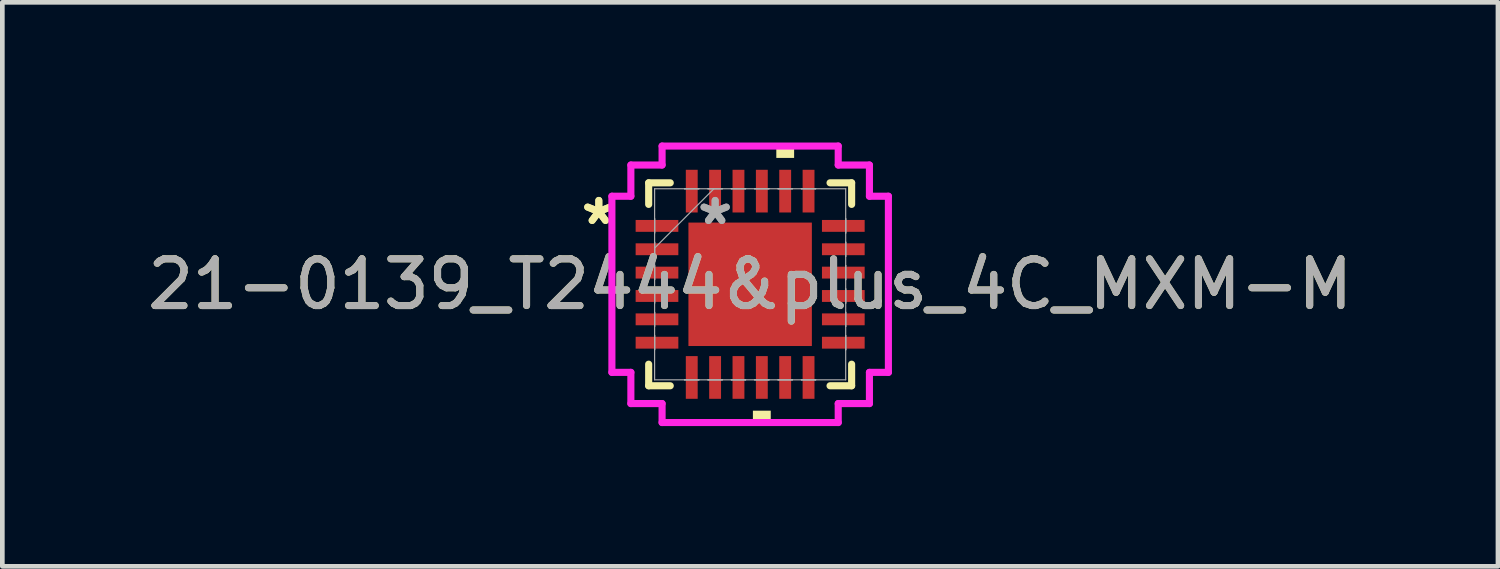
<source format=kicad_pcb>
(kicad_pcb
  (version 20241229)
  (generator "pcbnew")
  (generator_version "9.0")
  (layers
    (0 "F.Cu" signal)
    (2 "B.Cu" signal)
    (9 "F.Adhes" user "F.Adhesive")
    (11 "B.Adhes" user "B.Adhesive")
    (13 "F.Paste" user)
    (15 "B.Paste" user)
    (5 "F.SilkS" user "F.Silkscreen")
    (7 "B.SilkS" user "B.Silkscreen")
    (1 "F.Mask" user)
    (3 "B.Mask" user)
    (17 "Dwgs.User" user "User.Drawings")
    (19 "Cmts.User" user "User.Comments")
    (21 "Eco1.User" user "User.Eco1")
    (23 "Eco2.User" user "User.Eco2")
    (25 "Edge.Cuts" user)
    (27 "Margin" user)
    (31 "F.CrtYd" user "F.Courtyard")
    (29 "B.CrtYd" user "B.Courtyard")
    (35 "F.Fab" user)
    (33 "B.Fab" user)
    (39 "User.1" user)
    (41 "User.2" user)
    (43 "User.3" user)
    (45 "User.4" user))
  (footprint "21-0139_T2444&plus_4C_MXM-M"
    (layer "F.Cu")
    (at 13.006 3.035)
    (property "Reference" "21-0139_T2444&plus_4C_MXM-M" (at 0 0 0) (unlocked yes) (layer "F.SilkS") (effects (font (size 1 1) (thickness 0.15))))
    (attr smd)
    (fp_line (start -2.172 -2.172) (end -2.172 -1.71) (stroke (width 0.152) (type solid)) (layer "F.SilkS"))
    (fp_line (start -2.172 1.71) (end -2.172 2.172) (stroke (width 0.152) (type solid)) (layer "F.SilkS"))
    (fp_line (start -2.172 2.172) (end -1.71 2.172) (stroke (width 0.152) (type solid)) (layer "F.SilkS"))
    (fp_line (start -1.71 -2.172) (end -2.172 -2.172) (stroke (width 0.152) (type solid)) (layer "F.SilkS"))
    (fp_line (start 1.71 2.172) (end 2.172 2.172) (stroke (width 0.152) (type solid)) (layer "F.SilkS"))
    (fp_line (start 2.172 -2.172) (end 1.71 -2.172) (stroke (width 0.152) (type solid)) (layer "F.SilkS"))
    (fp_line (start 2.172 -1.71) (end 2.172 -2.172) (stroke (width 0.152) (type solid)) (layer "F.SilkS"))
    (fp_line (start 2.172 2.172) (end 2.172 1.71) (stroke (width 0.152) (type solid)) (layer "F.SilkS"))
    (fp_poly (pts (xy 0.059 2.705) (xy 0.059 2.959) (xy 0.441 2.959) (xy 0.441 2.705)) (stroke (width 0) (type solid)) (fill yes) (layer "F.SilkS"))
    (fp_poly (pts (xy 0.56 -2.705) (xy 0.56 -2.959) (xy 0.941 -2.959) (xy 0.941 -2.705)) (stroke (width 0) (type solid)) (fill yes) (layer "F.SilkS"))
    (fp_line (start -2.959 -1.885) (end -2.553 -1.885) (stroke (width 0.152) (type solid)) (layer "F.CrtYd"))
    (fp_line (start -2.959 1.885) (end -2.959 -1.885) (stroke (width 0.152) (type solid)) (layer "F.CrtYd"))
    (fp_line (start -2.553 -2.553) (end -1.885 -2.553) (stroke (width 0.152) (type solid)) (layer "F.CrtYd"))
    (fp_line (start -2.553 -1.885) (end -2.553 -2.553) (stroke (width 0.152) (type solid)) (layer "F.CrtYd"))
    (fp_line (start -2.553 1.885) (end -2.959 1.885) (stroke (width 0.152) (type solid)) (layer "F.CrtYd"))
    (fp_line (start -2.553 2.553) (end -2.553 1.885) (stroke (width 0.152) (type solid)) (layer "F.CrtYd"))
    (fp_line (start -1.885 -2.959) (end 1.885 -2.959) (stroke (width 0.152) (type solid)) (layer "F.CrtYd"))
    (fp_line (start -1.885 -2.553) (end -1.885 -2.959) (stroke (width 0.152) (type solid)) (layer "F.CrtYd"))
    (fp_line (start -1.885 2.553) (end -2.553 2.553) (stroke (width 0.152) (type solid)) (layer "F.CrtYd"))
    (fp_line (start -1.885 2.959) (end -1.885 2.553) (stroke (width 0.152) (type solid)) (layer "F.CrtYd"))
    (fp_line (start 1.885 -2.959) (end 1.885 -2.553) (stroke (width 0.152) (type solid)) (layer "F.CrtYd"))
    (fp_line (start 1.885 -2.553) (end 2.553 -2.553) (stroke (width 0.152) (type solid)) (layer "F.CrtYd"))
    (fp_line (start 1.885 2.553) (end 1.885 2.959) (stroke (width 0.152) (type solid)) (layer "F.CrtYd"))
    (fp_line (start 1.885 2.959) (end -1.885 2.959) (stroke (width 0.152) (type solid)) (layer "F.CrtYd"))
    (fp_line (start 2.553 -2.553) (end 2.553 -1.885) (stroke (width 0.152) (type solid)) (layer "F.CrtYd"))
    (fp_line (start 2.553 -1.885) (end 2.959 -1.885) (stroke (width 0.152) (type solid)) (layer "F.CrtYd"))
    (fp_line (start 2.553 1.885) (end 2.553 2.553) (stroke (width 0.152) (type solid)) (layer "F.CrtYd"))
    (fp_line (start 2.553 2.553) (end 1.885 2.553) (stroke (width 0.152) (type solid)) (layer "F.CrtYd"))
    (fp_line (start 2.959 -1.885) (end 2.959 1.885) (stroke (width 0.152) (type solid)) (layer "F.CrtYd"))
    (fp_line (start 2.959 1.885) (end 2.553 1.885) (stroke (width 0.152) (type solid)) (layer "F.CrtYd"))
    (fp_line (start -2.045 -2.045) (end -2.045 2.045) (stroke (width 0.025) (type solid)) (layer "F.Fab"))
    (fp_line (start -2.045 -1.402) (end -2.045 -1.402) (stroke (width 0.025) (type solid)) (layer "F.Fab"))
    (fp_line (start -2.045 -1.402) (end -2.045 -1.098) (stroke (width 0.025) (type solid)) (layer "F.Fab"))
    (fp_line (start -2.045 -1.098) (end -2.045 -1.402) (stroke (width 0.025) (type solid)) (layer "F.Fab"))
    (fp_line (start -2.045 -1.098) (end -2.045 -1.098) (stroke (width 0.025) (type solid)) (layer "F.Fab"))
    (fp_line (start -2.045 -0.902) (end -2.045 -0.902) (stroke (width 0.025) (type solid)) (layer "F.Fab"))
    (fp_line (start -2.045 -0.902) (end -2.045 -0.598) (stroke (width 0.025) (type solid)) (layer "F.Fab"))
    (fp_line (start -2.045 -0.775) (end -0.775 -2.045) (stroke (width 0.025) (type solid)) (layer "F.Fab"))
    (fp_line (start -2.045 -0.598) (end -2.045 -0.902) (stroke (width 0.025) (type solid)) (layer "F.Fab"))
    (fp_line (start -2.045 -0.598) (end -2.045 -0.598) (stroke (width 0.025) (type solid)) (layer "F.Fab"))
    (fp_line (start -2.045 -0.402) (end -2.045 -0.402) (stroke (width 0.025) (type solid)) (layer "F.Fab"))
    (fp_line (start -2.045 -0.402) (end -2.045 -0.098) (stroke (width 0.025) (type solid)) (layer "F.Fab"))
    (fp_line (start -2.045 -0.098) (end -2.045 -0.402) (stroke (width 0.025) (type solid)) (layer "F.Fab"))
    (fp_line (start -2.045 -0.098) (end -2.045 -0.098) (stroke (width 0.025) (type solid)) (layer "F.Fab"))
    (fp_line (start -2.045 0.098) (end -2.045 0.098) (stroke (width 0.025) (type solid)) (layer "F.Fab"))
    (fp_line (start -2.045 0.098) (end -2.045 0.402) (stroke (width 0.025) (type solid)) (layer "F.Fab"))
    (fp_line (start -2.045 0.402) (end -2.045 0.098) (stroke (width 0.025) (type solid)) (layer "F.Fab"))
    (fp_line (start -2.045 0.402) (end -2.045 0.402) (stroke (width 0.025) (type solid)) (layer "F.Fab"))
    (fp_line (start -2.045 0.598) (end -2.045 0.598) (stroke (width 0.025) (type solid)) (layer "F.Fab"))
    (fp_line (start -2.045 0.598) (end -2.045 0.902) (stroke (width 0.025) (type solid)) (layer "F.Fab"))
    (fp_line (start -2.045 0.902) (end -2.045 0.598) (stroke (width 0.025) (type solid)) (layer "F.Fab"))
    (fp_line (start -2.045 0.902) (end -2.045 0.902) (stroke (width 0.025) (type solid)) (layer "F.Fab"))
    (fp_line (start -2.045 1.098) (end -2.045 1.098) (stroke (width 0.025) (type solid)) (layer "F.Fab"))
    (fp_line (start -2.045 1.098) (end -2.045 1.402) (stroke (width 0.025) (type solid)) (layer "F.Fab"))
    (fp_line (start -2.045 1.402) (end -2.045 1.098) (stroke (width 0.025) (type solid)) (layer "F.Fab"))
    (fp_line (start -2.045 1.402) (end -2.045 1.402) (stroke (width 0.025) (type solid)) (layer "F.Fab"))
    (fp_line (start -2.045 2.045) (end 2.045 2.045) (stroke (width 0.025) (type solid)) (layer "F.Fab"))
    (fp_line (start -1.402 -2.045) (end -1.402 -2.045) (stroke (width 0.025) (type solid)) (layer "F.Fab"))
    (fp_line (start -1.402 -2.045) (end -1.098 -2.045) (stroke (width 0.025) (type solid)) (layer "F.Fab"))
    (fp_line (start -1.402 2.045) (end -1.402 2.045) (stroke (width 0.025) (type solid)) (layer "F.Fab"))
    (fp_line (start -1.402 2.045) (end -1.098 2.045) (stroke (width 0.025) (type solid)) (layer "F.Fab"))
    (fp_line (start -1.098 -2.045) (end -1.402 -2.045) (stroke (width 0.025) (type solid)) (layer "F.Fab"))
    (fp_line (start -1.098 -2.045) (end -1.098 -2.045) (stroke (width 0.025) (type solid)) (layer "F.Fab"))
    (fp_line (start -1.098 2.045) (end -1.402 2.045) (stroke (width 0.025) (type solid)) (layer "F.Fab"))
    (fp_line (start -1.098 2.045) (end -1.098 2.045) (stroke (width 0.025) (type solid)) (layer "F.Fab"))
    (fp_line (start -0.902 -2.045) (end -0.902 -2.045) (stroke (width 0.025) (type solid)) (layer "F.Fab"))
    (fp_line (start -0.902 -2.045) (end -0.598 -2.045) (stroke (width 0.025) (type solid)) (layer "F.Fab"))
    (fp_line (start -0.902 2.045) (end -0.902 2.045) (stroke (width 0.025) (type solid)) (layer "F.Fab"))
    (fp_line (start -0.902 2.045) (end -0.598 2.045) (stroke (width 0.025) (type solid)) (layer "F.Fab"))
    (fp_line (start -0.598 -2.045) (end -0.902 -2.045) (stroke (width 0.025) (type solid)) (layer "F.Fab"))
    (fp_line (start -0.598 -2.045) (end -0.598 -2.045) (stroke (width 0.025) (type solid)) (layer "F.Fab"))
    (fp_line (start -0.598 2.045) (end -0.902 2.045) (stroke (width 0.025) (type solid)) (layer "F.Fab"))
    (fp_line (start -0.598 2.045) (end -0.598 2.045) (stroke (width 0.025) (type solid)) (layer "F.Fab"))
    (fp_line (start -0.402 -2.045) (end -0.402 -2.045) (stroke (width 0.025) (type solid)) (layer "F.Fab"))
    (fp_line (start -0.402 -2.045) (end -0.098 -2.045) (stroke (width 0.025) (type solid)) (layer "F.Fab"))
    (fp_line (start -0.402 2.045) (end -0.402 2.045) (stroke (width 0.025) (type solid)) (layer "F.Fab"))
    (fp_line (start -0.402 2.045) (end -0.098 2.045) (stroke (width 0.025) (type solid)) (layer "F.Fab"))
    (fp_line (start -0.098 -2.045) (end -0.402 -2.045) (stroke (width 0.025) (type solid)) (layer "F.Fab"))
    (fp_line (start -0.098 -2.045) (end -0.098 -2.045) (stroke (width 0.025) (type solid)) (layer "F.Fab"))
    (fp_line (start -0.098 2.045) (end -0.402 2.045) (stroke (width 0.025) (type solid)) (layer "F.Fab"))
    (fp_line (start -0.098 2.045) (end -0.098 2.045) (stroke (width 0.025) (type solid)) (layer "F.Fab"))
    (fp_line (start 0.098 -2.045) (end 0.098 -2.045) (stroke (width 0.025) (type solid)) (layer "F.Fab"))
    (fp_line (start 0.098 -2.045) (end 0.402 -2.045) (stroke (width 0.025) (type solid)) (layer "F.Fab"))
    (fp_line (start 0.098 2.045) (end 0.098 2.045) (stroke (width 0.025) (type solid)) (layer "F.Fab"))
    (fp_line (start 0.098 2.045) (end 0.402 2.045) (stroke (width 0.025) (type solid)) (layer "F.Fab"))
    (fp_line (start 0.402 -2.045) (end 0.098 -2.045) (stroke (width 0.025) (type solid)) (layer "F.Fab"))
    (fp_line (start 0.402 -2.045) (end 0.402 -2.045) (stroke (width 0.025) (type solid)) (layer "F.Fab"))
    (fp_line (start 0.402 2.045) (end 0.098 2.045) (stroke (width 0.025) (type solid)) (layer "F.Fab"))
    (fp_line (start 0.402 2.045) (end 0.402 2.045) (stroke (width 0.025) (type solid)) (layer "F.Fab"))
    (fp_line (start 0.598 -2.045) (end 0.598 -2.045) (stroke (width 0.025) (type solid)) (layer "F.Fab"))
    (fp_line (start 0.598 -2.045) (end 0.902 -2.045) (stroke (width 0.025) (type solid)) (layer "F.Fab"))
    (fp_line (start 0.598 2.045) (end 0.598 2.045) (stroke (width 0.025) (type solid)) (layer "F.Fab"))
    (fp_line (start 0.598 2.045) (end 0.902 2.045) (stroke (width 0.025) (type solid)) (layer "F.Fab"))
    (fp_line (start 0.902 -2.045) (end 0.598 -2.045) (stroke (width 0.025) (type solid)) (layer "F.Fab"))
    (fp_line (start 0.902 -2.045) (end 0.902 -2.045) (stroke (width 0.025) (type solid)) (layer "F.Fab"))
    (fp_line (start 0.902 2.045) (end 0.598 2.045) (stroke (width 0.025) (type solid)) (layer "F.Fab"))
    (fp_line (start 0.902 2.045) (end 0.902 2.045) (stroke (width 0.025) (type solid)) (layer "F.Fab"))
    (fp_line (start 1.098 -2.045) (end 1.098 -2.045) (stroke (width 0.025) (type solid)) (layer "F.Fab"))
    (fp_line (start 1.098 -2.045) (end 1.402 -2.045) (stroke (width 0.025) (type solid)) (layer "F.Fab"))
    (fp_line (start 1.098 2.045) (end 1.098 2.045) (stroke (width 0.025) (type solid)) (layer "F.Fab"))
    (fp_line (start 1.098 2.045) (end 1.402 2.045) (stroke (width 0.025) (type solid)) (layer "F.Fab"))
    (fp_line (start 1.402 -2.045) (end 1.098 -2.045) (stroke (width 0.025) (type solid)) (layer "F.Fab"))
    (fp_line (start 1.402 -2.045) (end 1.402 -2.045) (stroke (width 0.025) (type solid)) (layer "F.Fab"))
    (fp_line (start 1.402 2.045) (end 1.098 2.045) (stroke (width 0.025) (type solid)) (layer "F.Fab"))
    (fp_line (start 1.402 2.045) (end 1.402 2.045) (stroke (width 0.025) (type solid)) (layer "F.Fab"))
    (fp_line (start 2.045 -2.045) (end -2.045 -2.045) (stroke (width 0.025) (type solid)) (layer "F.Fab"))
    (fp_line (start 2.045 -1.402) (end 2.045 -1.402) (stroke (width 0.025) (type solid)) (layer "F.Fab"))
    (fp_line (start 2.045 -1.402) (end 2.045 -1.098) (stroke (width 0.025) (type solid)) (layer "F.Fab"))
    (fp_line (start 2.045 -1.098) (end 2.045 -1.402) (stroke (width 0.025) (type solid)) (layer "F.Fab"))
    (fp_line (start 2.045 -1.098) (end 2.045 -1.098) (stroke (width 0.025) (type solid)) (layer "F.Fab"))
    (fp_line (start 2.045 -0.902) (end 2.045 -0.902) (stroke (width 0.025) (type solid)) (layer "F.Fab"))
    (fp_line (start 2.045 -0.902) (end 2.045 -0.598) (stroke (width 0.025) (type solid)) (layer "F.Fab"))
    (fp_line (start 2.045 -0.598) (end 2.045 -0.902) (stroke (width 0.025) (type solid)) (layer "F.Fab"))
    (fp_line (start 2.045 -0.598) (end 2.045 -0.598) (stroke (width 0.025) (type solid)) (layer "F.Fab"))
    (fp_line (start 2.045 -0.402) (end 2.045 -0.402) (stroke (width 0.025) (type solid)) (layer "F.Fab"))
    (fp_line (start 2.045 -0.402) (end 2.045 -0.098) (stroke (width 0.025) (type solid)) (layer "F.Fab"))
    (fp_line (start 2.045 -0.098) (end 2.045 -0.402) (stroke (width 0.025) (type solid)) (layer "F.Fab"))
    (fp_line (start 2.045 -0.098) (end 2.045 -0.098) (stroke (width 0.025) (type solid)) (layer "F.Fab"))
    (fp_line (start 2.045 0.098) (end 2.045 0.098) (stroke (width 0.025) (type solid)) (layer "F.Fab"))
    (fp_line (start 2.045 0.098) (end 2.045 0.402) (stroke (width 0.025) (type solid)) (layer "F.Fab"))
    (fp_line (start 2.045 0.402) (end 2.045 0.098) (stroke (width 0.025) (type solid)) (layer "F.Fab"))
    (fp_line (start 2.045 0.402) (end 2.045 0.402) (stroke (width 0.025) (type solid)) (layer "F.Fab"))
    (fp_line (start 2.045 0.598) (end 2.045 0.598) (stroke (width 0.025) (type solid)) (layer "F.Fab"))
    (fp_line (start 2.045 0.598) (end 2.045 0.902) (stroke (width 0.025) (type solid)) (layer "F.Fab"))
    (fp_line (start 2.045 0.902) (end 2.045 0.598) (stroke (width 0.025) (type solid)) (layer "F.Fab"))
    (fp_line (start 2.045 0.902) (end 2.045 0.902) (stroke (width 0.025) (type solid)) (layer "F.Fab"))
    (fp_line (start 2.045 1.098) (end 2.045 1.098) (stroke (width 0.025) (type solid)) (layer "F.Fab"))
    (fp_line (start 2.045 1.098) (end 2.045 1.402) (stroke (width 0.025) (type solid)) (layer "F.Fab"))
    (fp_line (start 2.045 1.402) (end 2.045 1.098) (stroke (width 0.025) (type solid)) (layer "F.Fab"))
    (fp_line (start 2.045 1.402) (end 2.045 1.402) (stroke (width 0.025) (type solid)) (layer "F.Fab"))
    (fp_line (start 2.045 2.045) (end 2.045 -2.045) (stroke (width 0.025) (type solid)) (layer "F.Fab"))
    (fp_text user "*" (at -3.239 -1.25 0) (unlocked yes) (layer "F.SilkS") (effects (font (size 1 1) (thickness 0.15))))
    (fp_text user "*" (at -3.239 -1.25 0) (layer "F.SilkS") (effects (font (size 1 1) (thickness 0.15))))
    (fp_text user "*" (at -0.749 -1.25 0) (layer "F.Fab") (effects (font (size 1 1) (thickness 0.15))))
    (fp_text user "*" (at -0.749 -1.25 0) (unlocked yes) (layer "F.Fab") (effects (font (size 1 1) (thickness 0.15))))
    (fp_text user "${REFERENCE}" (at 0 0 0) (unlocked yes) (layer "F.Fab") (effects (font (size 1 1) (thickness 0.15))))
    (pad "1" smd rect (at -1.994 -1.25 90) (size 0.254 0.914) (layers "F.Cu" "F.Mask" "F.Paste"))
    (pad "2" smd rect (at -1.994 -0.75 90) (size 0.254 0.914) (layers "F.Cu" "F.Mask" "F.Paste"))
    (pad "3" smd rect (at -1.994 -0.25 90) (size 0.254 0.914) (layers "F.Cu" "F.Mask" "F.Paste"))
    (pad "4" smd rect (at -1.994 0.25 90) (size 0.254 0.914) (layers "F.Cu" "F.Mask" "F.Paste"))
    (pad "5" smd rect (at -1.994 0.75 90) (size 0.254 0.914) (layers "F.Cu" "F.Mask" "F.Paste"))
    (pad "6" smd rect (at -1.994 1.25 90) (size 0.254 0.914) (layers "F.Cu" "F.Mask" "F.Paste"))
    (pad "7" smd rect (at -1.25 1.994) (size 0.254 0.914) (layers "F.Cu" "F.Mask" "F.Paste"))
    (pad "8" smd rect (at -0.75 1.994) (size 0.254 0.914) (layers "F.Cu" "F.Mask" "F.Paste"))
    (pad "9" smd rect (at -0.25 1.994) (size 0.254 0.914) (layers "F.Cu" "F.Mask" "F.Paste"))
    (pad "10" smd rect (at 0.25 1.994) (size 0.254 0.914) (layers "F.Cu" "F.Mask" "F.Paste"))
    (pad "11" smd rect (at 0.75 1.994) (size 0.254 0.914) (layers "F.Cu" "F.Mask" "F.Paste"))
    (pad "12" smd rect (at 1.25 1.994) (size 0.254 0.914) (layers "F.Cu" "F.Mask" "F.Paste"))
    (pad "13" smd rect (at 1.994 1.25 90) (size 0.254 0.914) (layers "F.Cu" "F.Mask" "F.Paste"))
    (pad "14" smd rect (at 1.994 0.75 90) (size 0.254 0.914) (layers "F.Cu" "F.Mask" "F.Paste"))
    (pad "15" smd rect (at 1.994 0.25 90) (size 0.254 0.914) (layers "F.Cu" "F.Mask" "F.Paste"))
    (pad "16" smd rect (at 1.994 -0.25 90) (size 0.254 0.914) (layers "F.Cu" "F.Mask" "F.Paste"))
    (pad "17" smd rect (at 1.994 -0.75 90) (size 0.254 0.914) (layers "F.Cu" "F.Mask" "F.Paste"))
    (pad "18" smd rect (at 1.994 -1.25 90) (size 0.254 0.914) (layers "F.Cu" "F.Mask" "F.Paste"))
    (pad "19" smd rect (at 1.25 -1.994) (size 0.254 0.914) (layers "F.Cu" "F.Mask" "F.Paste"))
    (pad "20" smd rect (at 0.75 -1.994) (size 0.254 0.914) (layers "F.Cu" "F.Mask" "F.Paste"))
    (pad "21" smd rect (at 0.25 -1.994) (size 0.254 0.914) (layers "F.Cu" "F.Mask" "F.Paste"))
    (pad "22" smd rect (at -0.25 -1.994) (size 0.254 0.914) (layers "F.Cu" "F.Mask" "F.Paste"))
    (pad "23" smd rect (at -0.75 -1.994) (size 0.254 0.914) (layers "F.Cu" "F.Mask" "F.Paste"))
    (pad "24" smd rect (at -1.25 -1.994) (size 0.254 0.914) (layers "F.Cu" "F.Mask" "F.Paste"))
    (pad "25" smd rect (at 0 0) (size 2.642 2.642) (layers "F.Cu" "F.Mask" "F.Paste")))
  (gr_rect
    (start -3 -3)
    (end 29.012 9.071)
    (stroke (width 0.1) (type default))
    (fill no)
    (layer "Edge.Cuts")))
</source>
